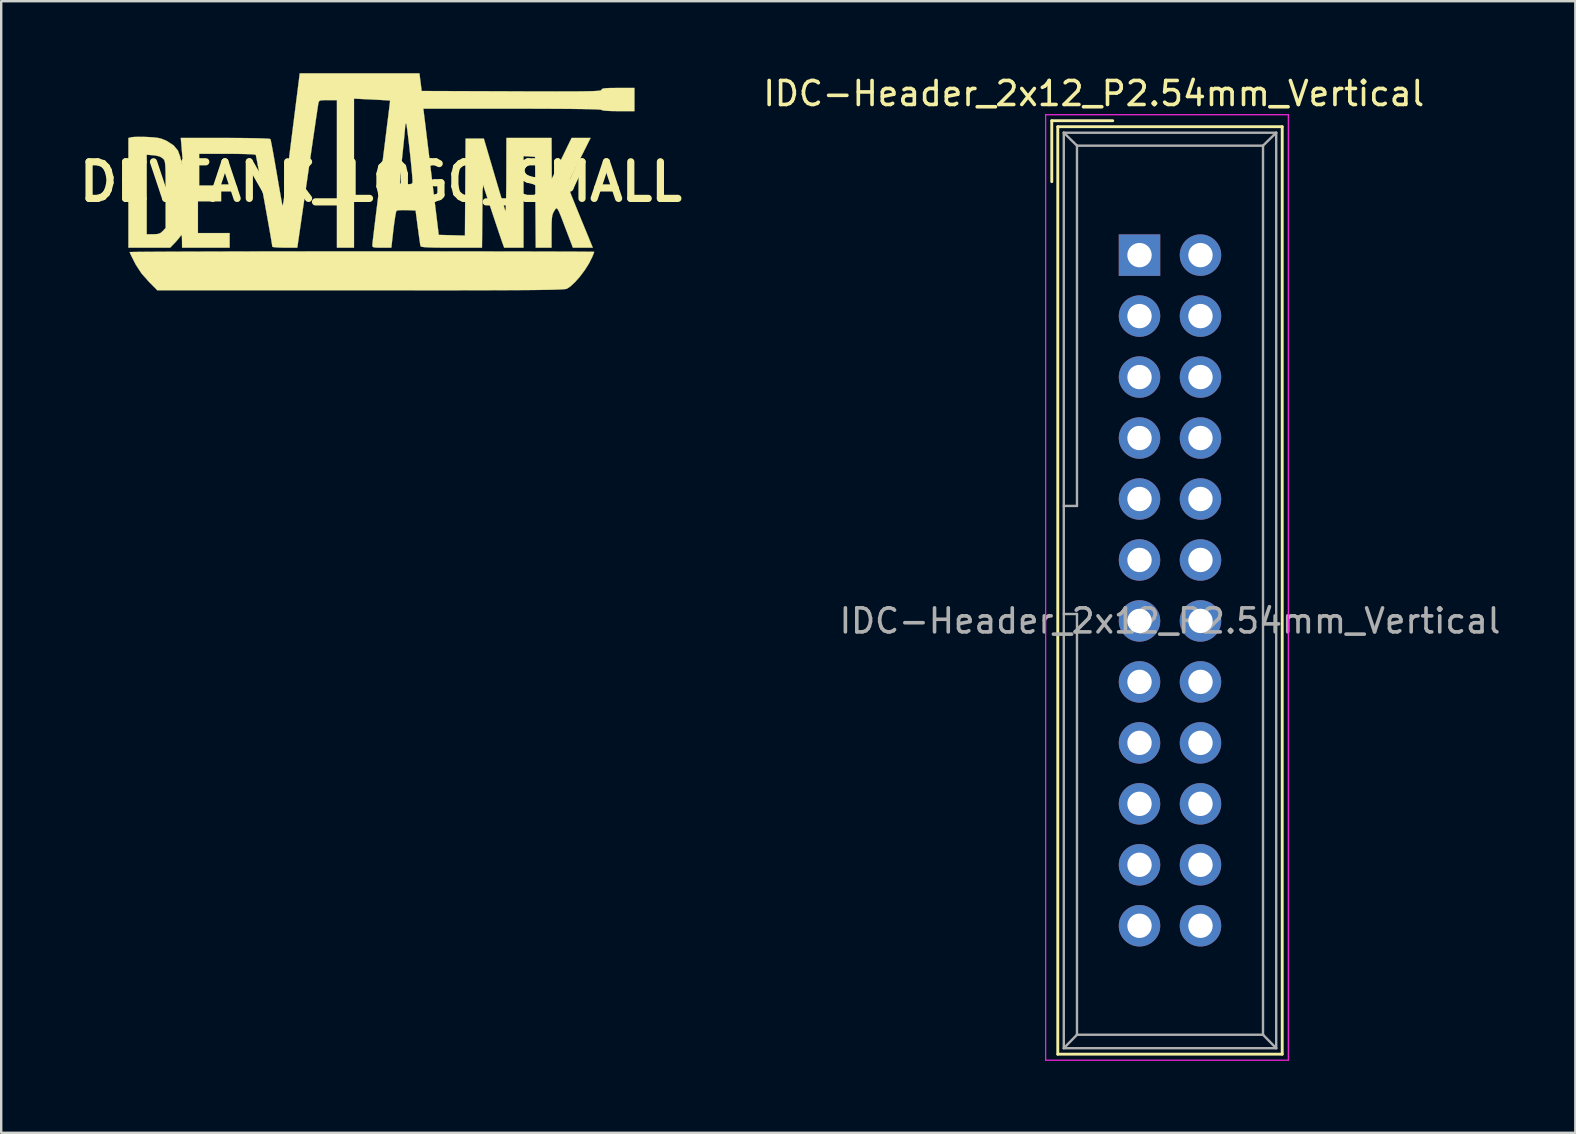
<source format=kicad_pcb>
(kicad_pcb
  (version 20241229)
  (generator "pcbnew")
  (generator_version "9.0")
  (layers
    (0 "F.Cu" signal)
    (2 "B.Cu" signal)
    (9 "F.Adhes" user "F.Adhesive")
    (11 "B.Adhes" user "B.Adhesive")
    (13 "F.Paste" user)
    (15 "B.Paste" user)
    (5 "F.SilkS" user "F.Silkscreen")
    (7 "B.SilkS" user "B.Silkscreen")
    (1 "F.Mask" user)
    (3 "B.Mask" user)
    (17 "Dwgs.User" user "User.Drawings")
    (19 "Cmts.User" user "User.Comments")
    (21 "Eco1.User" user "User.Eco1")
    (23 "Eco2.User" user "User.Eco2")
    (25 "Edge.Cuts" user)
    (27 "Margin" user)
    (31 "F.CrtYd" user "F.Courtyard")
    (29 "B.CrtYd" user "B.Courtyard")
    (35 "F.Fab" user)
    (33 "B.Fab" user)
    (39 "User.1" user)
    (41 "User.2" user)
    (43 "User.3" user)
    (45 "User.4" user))
  (footprint "DEVTANK_LOGO_SMALL"
    (layer "F.Cu")
    (at 12.816 4.526)
    (property "Reference" "DEVTANK_LOGO_SMALL" (at 0 0 0) (layer "F.SilkS") (effects (font (size 1.524 1.524) (thickness 0.3))))
    (attr through_hole)
    (fp_poly (pts (xy 0.196 2.896) (xy 1.152 2.896) (xy 2.076 2.896) (xy 2.962 2.897) (xy 3.806 2.898) (xy 4.603 2.899) (xy 5.348 2.9) (xy 6.035 2.901) (xy 6.661 2.903) (xy 7.219 2.904) (xy 7.706 2.906) (xy 8.116 2.907) (xy 8.445 2.909) (xy 8.686 2.911) (xy 8.836 2.913) (xy 8.89 2.915) (xy 8.89 2.915) (xy 8.872 2.969) (xy 8.828 3.082) (xy 8.809 3.128) (xy 8.677 3.392) (xy 8.502 3.67) (xy 8.302 3.938) (xy 8.094 4.175) (xy 7.896 4.358) (xy 7.762 4.449) (xy 7.733 4.458) (xy 7.68 4.467) (xy 7.598 4.475) (xy 7.484 4.482) (xy 7.332 4.488) (xy 7.139 4.494) (xy 6.9 4.499) (xy 6.611 4.503) (xy 6.268 4.507) (xy 5.865 4.51) (xy 5.399 4.513) (xy 4.866 4.515) (xy 4.26 4.517) (xy 3.578 4.518) (xy 2.815 4.52) (xy 1.966 4.52) (xy 1.028 4.521) (xy -0.003 4.521) (xy -0.841 4.521) (xy -9.308 4.521) (xy -9.673 4.153) (xy -9.974 3.811) (xy -10.207 3.454) (xy -10.251 3.37) (xy -10.345 3.185) (xy -10.418 3.036) (xy -10.459 2.944) (xy -10.465 2.926) (xy -10.415 2.923) (xy -10.268 2.92) (xy -10.03 2.917) (xy -9.705 2.914) (xy -9.297 2.912) (xy -8.813 2.909) (xy -8.257 2.907) (xy -7.634 2.905) (xy -6.949 2.903) (xy -6.206 2.901) (xy -5.411 2.899) (xy -4.569 2.898) (xy -3.684 2.897) (xy -2.762 2.896) (xy -1.807 2.896) (xy -0.824 2.896) (xy -0.787 2.896) (xy 0.196 2.896)) (stroke (width 0.01) (type solid)) (fill yes) (layer "F.SilkS"))
    (fp_poly (pts (xy 1.655 -4.153) (xy 1.702 -3.785) (xy 5.448 -3.772) (xy 6.161 -3.769) (xy 6.779 -3.768) (xy 7.308 -3.767) (xy 7.755 -3.768) (xy 8.128 -3.769) (xy 8.431 -3.772) (xy 8.673 -3.776) (xy 8.86 -3.781) (xy 8.998 -3.788) (xy 9.094 -3.797) (xy 9.154 -3.808) (xy 9.186 -3.82) (xy 9.195 -3.835) (xy 9.195 -3.835) (xy 9.209 -3.866) (xy 9.262 -3.888) (xy 9.368 -3.902) (xy 9.542 -3.909) (xy 9.799 -3.912) (xy 9.881 -3.912) (xy 10.566 -3.912) (xy 10.566 -2.946) (xy 9.881 -2.946) (xy 9.591 -2.95) (xy 9.373 -2.96) (xy 9.238 -2.977) (xy 9.195 -2.997) (xy 9.144 -3.008) (xy 8.993 -3.018) (xy 8.742 -3.026) (xy 8.392 -3.033) (xy 7.944 -3.039) (xy 7.4 -3.043) (xy 6.759 -3.046) (xy 6.024 -3.048) (xy 5.483 -3.048) (xy 1.771 -3.048) (xy 1.804 -2.781) (xy 1.817 -2.677) (xy 1.841 -2.483) (xy 1.874 -2.211) (xy 1.915 -1.872) (xy 1.963 -1.478) (xy 2.017 -1.04) (xy 2.074 -0.57) (xy 2.125 -0.152) (xy 2.413 2.21) (xy 2.959 2.224) (xy 3.504 2.239) (xy 3.517 0.218) (xy 3.531 -1.803) (xy 4.291 -1.803) (xy 4.725 -0.33) (xy 4.835 0.042) (xy 4.937 0.385) (xy 5.027 0.685) (xy 5.102 0.931) (xy 5.156 1.109) (xy 5.187 1.206) (xy 5.192 1.219) (xy 5.2 1.19) (xy 5.208 1.07) (xy 5.215 0.872) (xy 5.22 0.606) (xy 5.225 0.285) (xy 5.228 -0.08) (xy 5.228 -0.267) (xy 5.232 -1.829) (xy 7.112 -1.829) (xy 7.122 -0.127) (xy 7.535 -0.978) (xy 7.948 -1.829) (xy 8.738 -1.829) (xy 8.251 -0.855) (xy 7.763 0.119) (xy 7.916 0.504) (xy 7.985 0.676) (xy 8.083 0.919) (xy 8.201 1.21) (xy 8.33 1.525) (xy 8.45 1.816) (xy 8.831 2.743) (xy 8.001 2.743) (xy 7.706 1.967) (xy 7.583 1.644) (xy 7.491 1.405) (xy 7.422 1.242) (xy 7.371 1.145) (xy 7.332 1.104) (xy 7.297 1.11) (xy 7.262 1.153) (xy 7.219 1.223) (xy 7.218 1.223) (xy 7.174 1.307) (xy 7.144 1.4) (xy 7.126 1.525) (xy 7.116 1.701) (xy 7.112 1.95) (xy 7.112 2.07) (xy 7.112 2.743) (xy 6.453 2.743) (xy 6.426 -1.041) (xy 6.185 -1.057) (xy 5.944 -1.072) (xy 5.944 2.743) (xy 5.139 2.743) (xy 5.06 2.527) (xy 5.022 2.417) (xy 4.957 2.227) (xy 4.872 1.975) (xy 4.772 1.677) (xy 4.664 1.352) (xy 4.612 1.194) (xy 4.242 0.076) (xy 4.228 1.41) (xy 4.215 2.743) (xy 2.944 2.743) (xy 2.529 2.742) (xy 2.207 2.738) (xy 1.968 2.731) (xy 1.803 2.72) (xy 1.703 2.705) (xy 1.658 2.686) (xy 1.654 2.68) (xy 1.64 2.608) (xy 1.617 2.457) (xy 1.587 2.244) (xy 1.553 1.991) (xy 1.541 1.905) (xy 1.448 1.194) (xy 1.072 1.179) (xy 0.883 1.177) (xy 0.735 1.186) (xy 0.656 1.204) (xy 0.652 1.207) (xy 0.632 1.27) (xy 0.604 1.416) (xy 0.571 1.624) (xy 0.538 1.877) (xy 0.523 1.997) (xy 0.438 2.743) (xy 0.041 2.743) (xy -0.158 2.741) (xy -0.276 2.732) (xy -0.334 2.709) (xy -0.352 2.667) (xy -0.353 2.629) (xy -0.347 2.559) (xy -0.329 2.397) (xy -0.3 2.153) (xy -0.262 1.836) (xy -0.215 1.456) (xy -0.161 1.021) (xy -0.102 0.541) (xy -0.041 0.052) (xy 0.795 0.052) (xy 0.797 0.064) (xy 0.856 0.086) (xy 0.983 0.099) (xy 1.07 0.102) (xy 1.224 0.095) (xy 1.3 0.07) (xy 1.322 0.017) (xy 1.322 0.013) (xy 1.318 -0.097) (xy 1.305 -0.279) (xy 1.284 -0.517) (xy 1.257 -0.795) (xy 1.226 -1.095) (xy 1.193 -1.4) (xy 1.159 -1.695) (xy 1.127 -1.962) (xy 1.099 -2.185) (xy 1.075 -2.346) (xy 1.059 -2.43) (xy 1.055 -2.438) (xy 1.026 -2.394) (xy 1.013 -2.299) (xy 1.007 -2.208) (xy 0.991 -2.033) (xy 0.968 -1.791) (xy 0.938 -1.5) (xy 0.905 -1.177) (xy 0.893 -1.067) (xy 0.859 -0.744) (xy 0.832 -0.456) (xy 0.811 -0.217) (xy 0.798 -0.043) (xy 0.795 0.052) (xy -0.041 0.052) (xy -0.037 0.025) (xy 0.02 -0.432) (xy 0.088 -0.967) (xy 0.151 -1.47) (xy 0.209 -1.934) (xy 0.26 -2.35) (xy 0.305 -2.707) (xy 0.341 -2.998) (xy 0.367 -3.214) (xy 0.382 -3.346) (xy 0.386 -3.386) (xy 0.337 -3.39) (xy 0.203 -3.399) (xy 0.004 -3.411) (xy -0.243 -3.424) (xy -0.368 -3.43) (xy -1.118 -3.467) (xy -1.118 2.743) (xy -1.829 2.743) (xy -1.829 -3.404) (xy -2.203 -3.404) (xy -2.396 -3.402) (xy -2.509 -3.392) (xy -2.568 -3.364) (xy -2.594 -3.312) (xy -2.604 -3.264) (xy -2.616 -3.189) (xy -2.641 -3.023) (xy -2.678 -2.775) (xy -2.725 -2.455) (xy -2.781 -2.072) (xy -2.845 -1.635) (xy -2.915 -1.154) (xy -2.99 -0.638) (xy -3.055 -0.191) (xy -3.48 2.743) (xy -4 2.743) (xy -4.217 2.739) (xy -4.389 2.729) (xy -4.496 2.714) (xy -4.521 2.702) (xy -4.53 2.635) (xy -4.554 2.484) (xy -4.592 2.261) (xy -4.641 1.98) (xy -4.699 1.654) (xy -4.763 1.296) (xy -4.83 0.92) (xy -4.899 0.54) (xy -4.966 0.168) (xy -5.03 -0.181) (xy -5.089 -0.495) (xy -5.138 -0.76) (xy -5.177 -0.962) (xy -5.203 -1.089) (xy -5.212 -1.126) (xy -5.268 -1.138) (xy -5.412 -1.149) (xy -5.627 -1.158) (xy -5.9 -1.164) (xy -6.216 -1.168) (xy -6.404 -1.168) (xy -7.569 -1.168) (xy -7.569 0.152) (xy -6.655 0.152) (xy -6.655 0.813) (xy -7.62 0.813) (xy -7.62 2.134) (xy -6.299 2.134) (xy -6.299 2.743) (xy -8.28 2.743) (xy -8.283 2.451) (xy -8.288 2.293) (xy -8.3 2.222) (xy -8.324 2.226) (xy -8.347 2.26) (xy -8.417 2.355) (xy -8.528 2.484) (xy -8.592 2.552) (xy -8.776 2.743) (xy -10.516 2.743) (xy -10.516 -1.13) (xy -9.754 -1.13) (xy -9.754 0.527) (xy -9.754 2.184) (xy -9.483 2.184) (xy -9.307 2.175) (xy -9.192 2.139) (xy -9.097 2.062) (xy -9.089 2.053) (xy -8.966 1.922) (xy -8.966 0.531) (xy -8.966 0.119) (xy -8.968 -0.204) (xy -8.971 -0.45) (xy -8.977 -0.63) (xy -8.987 -0.757) (xy -9.002 -0.843) (xy -9.022 -0.9) (xy -9.048 -0.941) (xy -9.077 -0.972) (xy -9.204 -1.054) (xy -9.394 -1.099) (xy -9.471 -1.107) (xy -9.754 -1.13) (xy -10.516 -1.13) (xy -10.516 -1.827) (xy -10.385 -1.86) (xy -10.279 -1.871) (xy -10.101 -1.876) (xy -9.879 -1.874) (xy -9.729 -1.869) (xy -9.47 -1.854) (xy -9.281 -1.831) (xy -9.128 -1.793) (xy -8.98 -1.733) (xy -8.907 -1.698) (xy -8.634 -1.52) (xy -8.452 -1.302) (xy -8.358 -1.041) (xy -8.354 -1.023) (xy -8.321 -0.853) (xy -8.288 -0.75) (xy -8.262 -0.721) (xy -8.25 -0.776) (xy -8.255 -0.889) (xy -8.271 -1.081) (xy -8.291 -1.316) (xy -8.305 -1.486) (xy -8.334 -1.829) (xy -6.481 -1.829) (xy -6.026 -1.828) (xy -5.616 -1.824) (xy -5.263 -1.818) (xy -4.975 -1.811) (xy -4.763 -1.802) (xy -4.635 -1.791) (xy -4.6 -1.782) (xy -4.584 -1.721) (xy -4.554 -1.574) (xy -4.512 -1.353) (xy -4.461 -1.073) (xy -4.404 -0.746) (xy -4.342 -0.386) (xy -4.34 -0.373) (xy -4.278 -0.015) (xy -4.222 0.31) (xy -4.173 0.587) (xy -4.134 0.803) (xy -4.106 0.947) (xy -4.093 1.003) (xy -4.093 1.004) (xy -4.08 0.964) (xy -4.059 0.847) (xy -4.034 0.672) (xy -4.025 0.598) (xy -4.007 0.461) (xy -3.979 0.235) (xy -3.94 -0.067) (xy -3.894 -0.433) (xy -3.842 -0.85) (xy -3.784 -1.306) (xy -3.723 -1.788) (xy -3.675 -2.172) (xy -3.378 -4.521) (xy 1.608 -4.521) (xy 1.655 -4.153)) (stroke (width 0.01) (type solid)) (fill yes) (layer "F.SilkS")))
  (footprint "IDC-Header_2x12_P2.54mm_Vertical"
    (layer "F.Cu")
    (at 44.424 5.039)
    (property "Reference" "IDC-Header_2x12_P2.54mm_Vertical" (at -1.905 -4.191 0) (layer "F.SilkS") (effects (font (size 1 1) (thickness 0.15))))
    (attr through_hole)
    (fp_line (start -3.655 -3.06) (end -3.655 -0.52) (stroke (width 0.12) (type solid)) (layer "F.SilkS"))
    (fp_line (start -3.655 -3.06) (end -1.115 -3.06) (stroke (width 0.12) (type solid)) (layer "F.SilkS"))
    (fp_line (start -3.405 -2.81) (end 5.945 -2.81) (stroke (width 0.12) (type solid)) (layer "F.SilkS"))
    (fp_line (start -3.405 35.83) (end -3.405 -2.81) (stroke (width 0.12) (type solid)) (layer "F.SilkS"))
    (fp_line (start 5.945 -2.81) (end 5.945 35.83) (stroke (width 0.12) (type solid)) (layer "F.SilkS"))
    (fp_line (start 5.945 35.83) (end -3.405 35.83) (stroke (width 0.12) (type solid)) (layer "F.SilkS"))
    (fp_line (start -3.91 -3.31) (end 6.2 -3.31) (stroke (width 0.05) (type solid)) (layer "F.CrtYd"))
    (fp_line (start -3.91 36.08) (end -3.91 -3.31) (stroke (width 0.05) (type solid)) (layer "F.CrtYd"))
    (fp_line (start 6.2 -3.31) (end 6.2 36.08) (stroke (width 0.05) (type solid)) (layer "F.CrtYd"))
    (fp_line (start 6.2 36.08) (end -3.91 36.08) (stroke (width 0.05) (type solid)) (layer "F.CrtYd"))
    (fp_line (start -3.155 -2.56) (end -3.155 35.58) (stroke (width 0.1) (type solid)) (layer "F.Fab"))
    (fp_line (start -3.155 -2.56) (end -2.605 -2.02) (stroke (width 0.1) (type solid)) (layer "F.Fab"))
    (fp_line (start -3.155 35.58) (end -2.605 35.02) (stroke (width 0.1) (type solid)) (layer "F.Fab"))
    (fp_line (start -2.605 -2.02) (end -2.605 12.99) (stroke (width 0.1) (type solid)) (layer "F.Fab"))
    (fp_line (start -2.605 12.99) (end -3.155 12.99) (stroke (width 0.1) (type solid)) (layer "F.Fab"))
    (fp_line (start -2.605 17.49) (end -3.155 17.49) (stroke (width 0.1) (type solid)) (layer "F.Fab"))
    (fp_line (start -2.605 17.49) (end -2.605 35.02) (stroke (width 0.1) (type solid)) (layer "F.Fab"))
    (fp_line (start 5.145 -2.02) (end -2.605 -2.02) (stroke (width 0.1) (type solid)) (layer "F.Fab"))
    (fp_line (start 5.145 -2.02) (end 5.145 35.02) (stroke (width 0.1) (type solid)) (layer "F.Fab"))
    (fp_line (start 5.145 35.02) (end -2.605 35.02) (stroke (width 0.1) (type solid)) (layer "F.Fab"))
    (fp_line (start 5.695 -2.56) (end -3.155 -2.56) (stroke (width 0.1) (type solid)) (layer "F.Fab"))
    (fp_line (start 5.695 -2.56) (end 5.145 -2.02) (stroke (width 0.1) (type solid)) (layer "F.Fab"))
    (fp_line (start 5.695 -2.56) (end 5.695 35.58) (stroke (width 0.1) (type solid)) (layer "F.Fab"))
    (fp_line (start 5.695 35.58) (end -3.155 35.58) (stroke (width 0.1) (type solid)) (layer "F.Fab"))
    (fp_line (start 5.695 35.58) (end 5.145 35.02) (stroke (width 0.1) (type solid)) (layer "F.Fab"))
    (fp_text user "${REFERENCE}" (at 1.27 17.78 0) (layer "F.Fab") (effects (font (size 1 1) (thickness 0.15))))
    (pad "1" thru_hole rect (at 0 2.54) (size 1.727 1.727) (drill 1.016) (layers "*.Cu" "*.Mask"))
    (pad "2" thru_hole oval (at 2.54 2.54) (size 1.727 1.727) (drill 1.016) (layers "*.Cu" "*.Mask"))
    (pad "3" thru_hole oval (at 0 5.08) (size 1.727 1.727) (drill 1.016) (layers "*.Cu" "*.Mask"))
    (pad "4" thru_hole oval (at 2.54 5.08) (size 1.727 1.727) (drill 1.016) (layers "*.Cu" "*.Mask"))
    (pad "5" thru_hole oval (at 0 7.62) (size 1.727 1.727) (drill 1.016) (layers "*.Cu" "*.Mask"))
    (pad "6" thru_hole oval (at 2.54 7.62) (size 1.727 1.727) (drill 1.016) (layers "*.Cu" "*.Mask"))
    (pad "7" thru_hole oval (at 0 10.16) (size 1.727 1.727) (drill 1.016) (layers "*.Cu" "*.Mask"))
    (pad "8" thru_hole oval (at 2.54 10.16) (size 1.727 1.727) (drill 1.016) (layers "*.Cu" "*.Mask"))
    (pad "9" thru_hole oval (at 0 12.7) (size 1.727 1.727) (drill 1.016) (layers "*.Cu" "*.Mask"))
    (pad "10" thru_hole oval (at 2.54 12.7) (size 1.727 1.727) (drill 1.016) (layers "*.Cu" "*.Mask"))
    (pad "11" thru_hole oval (at 0 15.24) (size 1.727 1.727) (drill 1.016) (layers "*.Cu" "*.Mask"))
    (pad "12" thru_hole oval (at 2.54 15.24) (size 1.727 1.727) (drill 1.016) (layers "*.Cu" "*.Mask"))
    (pad "13" thru_hole oval (at 0 17.78) (size 1.727 1.727) (drill 1.016) (layers "*.Cu" "*.Mask"))
    (pad "14" thru_hole oval (at 2.54 17.78) (size 1.727 1.727) (drill 1.016) (layers "*.Cu" "*.Mask"))
    (pad "15" thru_hole oval (at 0 20.32) (size 1.727 1.727) (drill 1.016) (layers "*.Cu" "*.Mask"))
    (pad "16" thru_hole oval (at 2.54 20.32) (size 1.727 1.727) (drill 1.016) (layers "*.Cu" "*.Mask"))
    (pad "17" thru_hole oval (at 0 22.86) (size 1.727 1.727) (drill 1.016) (layers "*.Cu" "*.Mask"))
    (pad "18" thru_hole oval (at 2.54 22.86) (size 1.727 1.727) (drill 1.016) (layers "*.Cu" "*.Mask"))
    (pad "19" thru_hole oval (at 0 25.4) (size 1.727 1.727) (drill 1.016) (layers "*.Cu" "*.Mask"))
    (pad "20" thru_hole oval (at 2.54 25.4) (size 1.727 1.727) (drill 1.016) (layers "*.Cu" "*.Mask"))
    (pad "21" thru_hole oval (at 0 27.94) (size 1.727 1.727) (drill 1.016) (layers "*.Cu" "*.Mask"))
    (pad "22" thru_hole oval (at 2.54 27.94) (size 1.727 1.727) (drill 1.016) (layers "*.Cu" "*.Mask"))
    (pad "23" thru_hole oval (at 0 30.48) (size 1.727 1.727) (drill 1.016) (layers "*.Cu" "*.Mask"))
    (pad "24" thru_hole oval (at 2.54 30.48) (size 1.727 1.727) (drill 1.016) (layers "*.Cu" "*.Mask")))
  (gr_rect
    (start -3 -3)
    (end 62.581 44.144)
    (stroke (width 0.1) (type default))
    (fill no)
    (layer "Edge.Cuts")))
</source>
